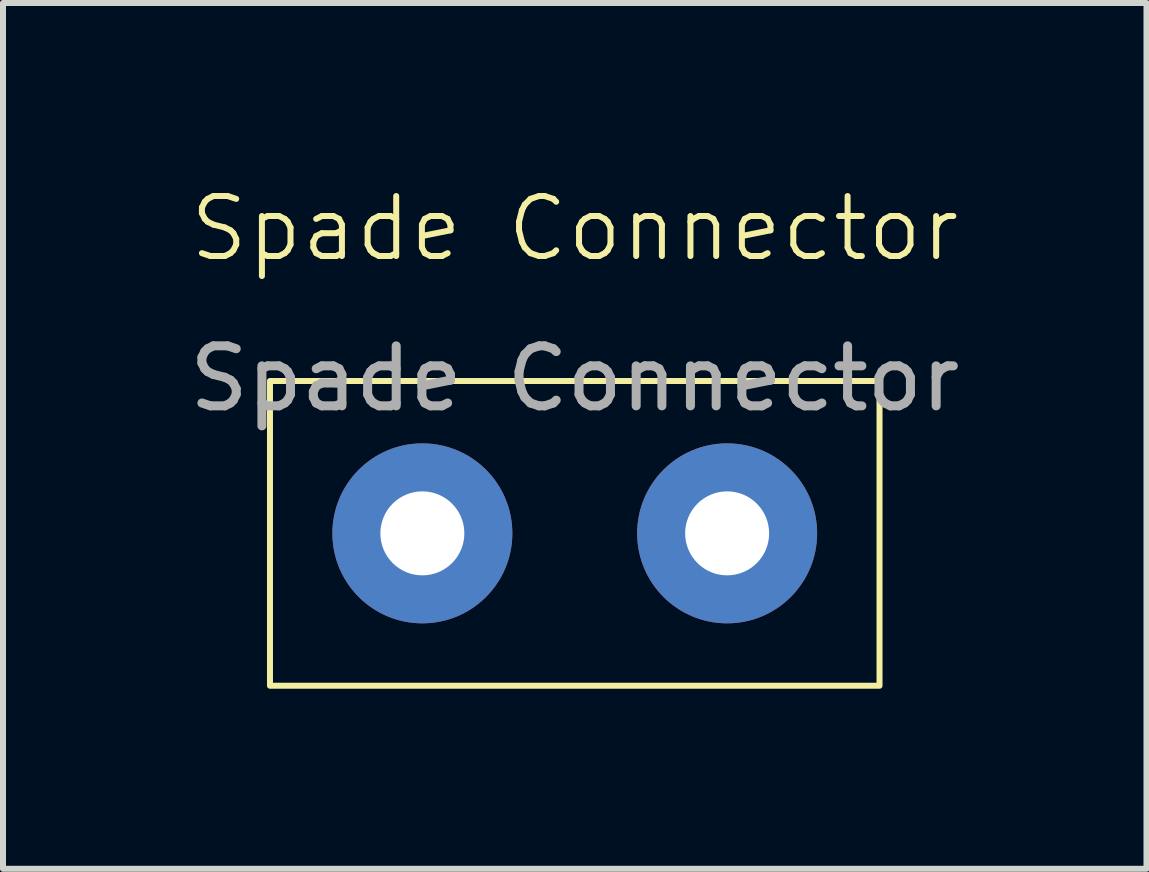
<source format=kicad_pcb>
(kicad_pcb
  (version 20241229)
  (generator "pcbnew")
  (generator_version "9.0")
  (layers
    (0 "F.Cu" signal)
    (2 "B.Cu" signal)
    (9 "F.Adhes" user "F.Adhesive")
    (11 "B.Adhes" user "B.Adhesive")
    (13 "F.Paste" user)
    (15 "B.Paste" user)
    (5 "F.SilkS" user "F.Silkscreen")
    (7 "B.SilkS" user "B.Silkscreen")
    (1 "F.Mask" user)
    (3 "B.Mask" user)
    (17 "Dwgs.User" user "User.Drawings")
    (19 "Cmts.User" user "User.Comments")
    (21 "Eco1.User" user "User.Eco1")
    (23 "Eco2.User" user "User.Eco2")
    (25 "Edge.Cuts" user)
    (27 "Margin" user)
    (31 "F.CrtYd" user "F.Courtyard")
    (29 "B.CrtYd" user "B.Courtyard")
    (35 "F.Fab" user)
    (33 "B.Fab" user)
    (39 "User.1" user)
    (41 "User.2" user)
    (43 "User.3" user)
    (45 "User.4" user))
  (footprint "Spade Connector"
    (layer "F.Cu")
    (at 6.53 0.76)
    (property "Reference" "Spade Connector" (at 0 0 0) (unlocked yes) (layer "F.SilkS") (effects (font (size 1 1) (thickness 0.1))))
    (attr through_hole)
    (fp_rect (start -5.08 2.54) (end 5.08 7.62) (stroke (width 0.1) (type default)) (fill no) (layer "F.SilkS"))
    (fp_text user "${REFERENCE}" (at 0 2.5 0) (unlocked yes) (layer "F.Fab") (effects (font (size 1 1) (thickness 0.15))))
    (pad "1" thru_hole circle (at -2.54 5.08) (size 3 3) (drill 1.4) (layers "*.Cu" "*.Mask"))
    (pad "2" thru_hole circle (at 2.54 5.08) (size 3 3) (drill 1.4) (layers "*.Cu" "*.Mask")))
  (gr_rect
    (start -3 -3)
    (end 16.06 11.431)
    (stroke (width 0.1) (type default))
    (fill no)
    (layer "Edge.Cuts")))
</source>
